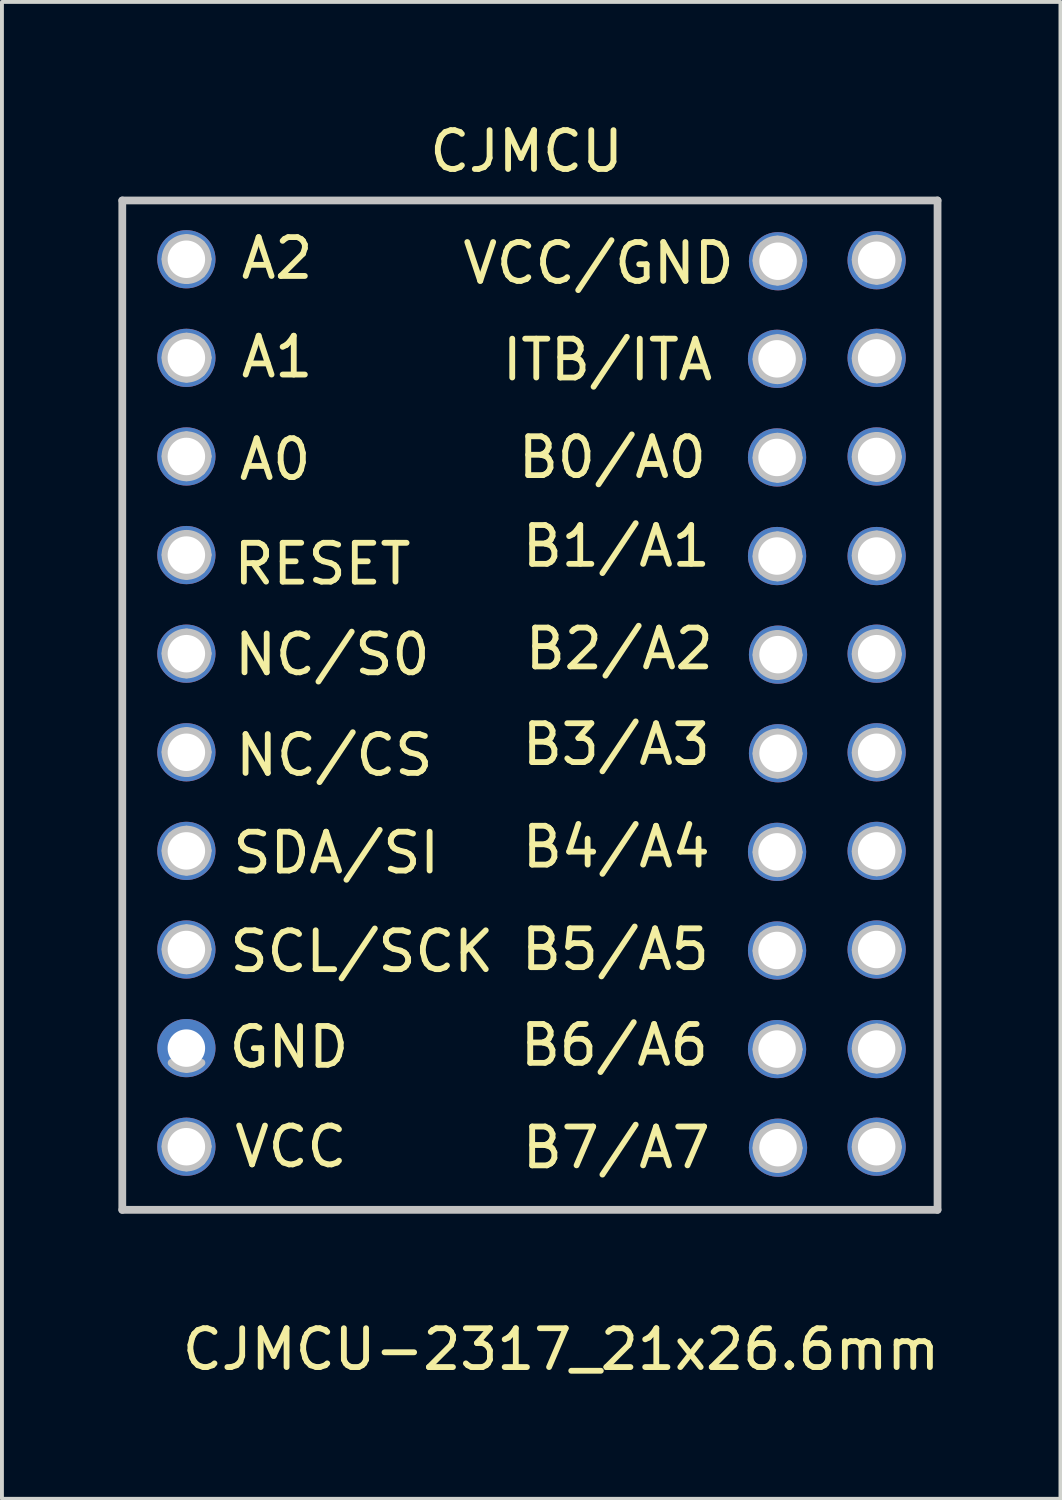
<source format=kicad_pcb>
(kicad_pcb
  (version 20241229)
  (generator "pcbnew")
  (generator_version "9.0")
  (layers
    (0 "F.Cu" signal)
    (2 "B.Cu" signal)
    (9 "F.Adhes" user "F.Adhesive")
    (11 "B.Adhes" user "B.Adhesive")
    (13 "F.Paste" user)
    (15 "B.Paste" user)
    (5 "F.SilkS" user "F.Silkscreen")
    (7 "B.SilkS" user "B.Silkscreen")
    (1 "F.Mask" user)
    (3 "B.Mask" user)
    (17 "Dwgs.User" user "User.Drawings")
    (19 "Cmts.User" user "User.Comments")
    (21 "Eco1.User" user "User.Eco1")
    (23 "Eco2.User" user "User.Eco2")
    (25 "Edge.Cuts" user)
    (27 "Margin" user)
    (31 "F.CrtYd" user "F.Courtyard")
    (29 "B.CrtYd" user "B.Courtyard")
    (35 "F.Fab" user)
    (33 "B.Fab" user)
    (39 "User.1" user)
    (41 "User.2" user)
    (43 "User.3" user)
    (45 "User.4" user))
  (footprint "CJMCU-2317_21x26.6mm"
    (layer "F.Cu")
    (at 10.768 30.693)
    (property "Reference" "CJMCU-2317_21x26.6mm" (at 0.635 1.016 0) (layer "F.SilkS") (effects (font (size 1 1) (thickness 0.15))))
    (attr through_hole)
    (fp_line (start -10.643 -28.564) (end 10.338 -28.564) (stroke (width 0.12) (type solid)) (layer "F.SilkS"))
    (fp_line (start -10.643 -2.605) (end -10.643 -28.564) (stroke (width 0.12) (type solid)) (layer "F.SilkS"))
    (fp_line (start 10.338 -28.564) (end 10.338 -2.579) (stroke (width 0.12) (type solid)) (layer "F.SilkS"))
    (fp_line (start 10.338 -2.579) (end -10.668 -2.579) (stroke (width 0.12) (type solid)) (layer "F.SilkS"))
    (fp_line (start -10.668 -28.579) (end -10.668 -2.579) (stroke (width 0.2) (type solid)) (layer "Dwgs.User"))
    (fp_line (start -10.668 -2.579) (end 10.332 -2.579) (stroke (width 0.2) (type solid)) (layer "Dwgs.User"))
    (fp_line (start -8.471 -27.069) (end -8.471 -27.069) (stroke (width 0.2) (type solid)) (layer "Dwgs.User"))
    (fp_line (start -8.471 -24.529) (end -8.471 -24.529) (stroke (width 0.2) (type solid)) (layer "Dwgs.User"))
    (fp_line (start -8.471 -21.99) (end -8.471 -21.99) (stroke (width 0.2) (type solid)) (layer "Dwgs.User"))
    (fp_line (start -8.471 -19.45) (end -8.471 -19.45) (stroke (width 0.2) (type solid)) (layer "Dwgs.User"))
    (fp_line (start -8.471 -16.91) (end -8.471 -16.91) (stroke (width 0.2) (type solid)) (layer "Dwgs.User"))
    (fp_line (start -8.471 -14.37) (end -8.471 -14.37) (stroke (width 0.2) (type solid)) (layer "Dwgs.User"))
    (fp_line (start -8.471 -11.83) (end -8.471 -11.83) (stroke (width 0.2) (type solid)) (layer "Dwgs.User"))
    (fp_line (start -8.471 -9.291) (end -8.471 -9.291) (stroke (width 0.2) (type solid)) (layer "Dwgs.User"))
    (fp_line (start -8.471 -4.211) (end -8.471 -4.211) (stroke (width 0.2) (type solid)) (layer "Dwgs.User"))
    (fp_line (start 6.752 -27.031) (end 6.752 -27.031) (stroke (width 0.2) (type solid)) (layer "Dwgs.User"))
    (fp_line (start 6.752 -24.491) (end 6.752 -24.491) (stroke (width 0.2) (type solid)) (layer "Dwgs.User"))
    (fp_line (start 6.752 -21.951) (end 6.752 -21.951) (stroke (width 0.2) (type solid)) (layer "Dwgs.User"))
    (fp_line (start 6.752 -19.411) (end 6.752 -19.411) (stroke (width 0.2) (type solid)) (layer "Dwgs.User"))
    (fp_line (start 6.752 -16.872) (end 6.752 -16.872) (stroke (width 0.2) (type solid)) (layer "Dwgs.User"))
    (fp_line (start 6.752 -14.332) (end 6.752 -14.332) (stroke (width 0.2) (type solid)) (layer "Dwgs.User"))
    (fp_line (start 6.752 -11.792) (end 6.752 -11.792) (stroke (width 0.2) (type solid)) (layer "Dwgs.User"))
    (fp_line (start 6.752 -9.252) (end 6.752 -9.252) (stroke (width 0.2) (type solid)) (layer "Dwgs.User"))
    (fp_line (start 6.752 -6.713) (end 6.752 -6.713) (stroke (width 0.2) (type solid)) (layer "Dwgs.User"))
    (fp_line (start 6.752 -4.173) (end 6.752 -4.173) (stroke (width 0.2) (type solid)) (layer "Dwgs.User"))
    (fp_line (start 9.308 -27.053) (end 9.308 -27.053) (stroke (width 0.2) (type solid)) (layer "Dwgs.User"))
    (fp_line (start 9.308 -24.513) (end 9.308 -24.513) (stroke (width 0.2) (type solid)) (layer "Dwgs.User"))
    (fp_line (start 9.308 -21.973) (end 9.308 -21.973) (stroke (width 0.2) (type solid)) (layer "Dwgs.User"))
    (fp_line (start 9.308 -19.433) (end 9.308 -19.433) (stroke (width 0.2) (type solid)) (layer "Dwgs.User"))
    (fp_line (start 9.308 -16.894) (end 9.308 -16.894) (stroke (width 0.2) (type solid)) (layer "Dwgs.User"))
    (fp_line (start 9.308 -14.354) (end 9.308 -14.354) (stroke (width 0.2) (type solid)) (layer "Dwgs.User"))
    (fp_line (start 9.308 -11.814) (end 9.308 -11.814) (stroke (width 0.2) (type solid)) (layer "Dwgs.User"))
    (fp_line (start 9.308 -9.274) (end 9.308 -9.274) (stroke (width 0.2) (type solid)) (layer "Dwgs.User"))
    (fp_line (start 9.308 -6.734) (end 9.308 -6.734) (stroke (width 0.2) (type solid)) (layer "Dwgs.User"))
    (fp_line (start 9.308 -4.195) (end 9.308 -4.195) (stroke (width 0.2) (type solid)) (layer "Dwgs.User"))
    (fp_line (start 10.332 -28.579) (end -10.668 -28.579) (stroke (width 0.2) (type solid)) (layer "Dwgs.User"))
    (fp_line (start 10.332 -2.579) (end 10.332 -28.579) (stroke (width 0.2) (type solid)) (layer "Dwgs.User"))
    (fp_curve (pts (xy -9.555 -27.069) (xy -9.555 -27.213) (xy -9.498 -27.351) (xy -9.397 -27.453)) (stroke (width 0.2) (type solid)) (layer "Dwgs.User"))
    (fp_curve (pts (xy -9.555 -24.529) (xy -9.555 -24.673) (xy -9.498 -24.811) (xy -9.397 -24.913)) (stroke (width 0.2) (type solid)) (layer "Dwgs.User"))
    (fp_curve (pts (xy -9.555 -21.99) (xy -9.555 -22.133) (xy -9.498 -22.271) (xy -9.397 -22.373)) (stroke (width 0.2) (type solid)) (layer "Dwgs.User"))
    (fp_curve (pts (xy -9.555 -19.45) (xy -9.555 -19.594) (xy -9.498 -19.732) (xy -9.397 -19.833)) (stroke (width 0.2) (type solid)) (layer "Dwgs.User"))
    (fp_curve (pts (xy -9.555 -16.91) (xy -9.555 -17.054) (xy -9.498 -17.192) (xy -9.397 -17.294)) (stroke (width 0.2) (type solid)) (layer "Dwgs.User"))
    (fp_curve (pts (xy -9.555 -14.37) (xy -9.555 -14.514) (xy -9.498 -14.652) (xy -9.397 -14.754)) (stroke (width 0.2) (type solid)) (layer "Dwgs.User"))
    (fp_curve (pts (xy -9.555 -11.83) (xy -9.555 -11.974) (xy -9.498 -12.112) (xy -9.397 -12.214)) (stroke (width 0.2) (type solid)) (layer "Dwgs.User"))
    (fp_curve (pts (xy -9.555 -9.291) (xy -9.555 -9.435) (xy -9.498 -9.573) (xy -9.397 -9.674)) (stroke (width 0.2) (type solid)) (layer "Dwgs.User"))
    (fp_curve (pts (xy -9.555 -4.211) (xy -9.555 -4.355) (xy -9.498 -4.493) (xy -9.397 -4.595)) (stroke (width 0.2) (type solid)) (layer "Dwgs.User"))
    (fp_curve (pts (xy -9.397 -27.453) (xy -9.295 -27.554) (xy -9.157 -27.612) (xy -9.013 -27.612)) (stroke (width 0.2) (type solid)) (layer "Dwgs.User"))
    (fp_curve (pts (xy -9.397 -26.686) (xy -9.498 -26.787) (xy -9.555 -26.925) (xy -9.555 -27.069)) (stroke (width 0.2) (type solid)) (layer "Dwgs.User"))
    (fp_curve (pts (xy -9.397 -24.913) (xy -9.295 -25.015) (xy -9.157 -25.072) (xy -9.013 -25.072)) (stroke (width 0.2) (type solid)) (layer "Dwgs.User"))
    (fp_curve (pts (xy -9.397 -24.146) (xy -9.498 -24.248) (xy -9.555 -24.386) (xy -9.555 -24.529)) (stroke (width 0.2) (type solid)) (layer "Dwgs.User"))
    (fp_curve (pts (xy -9.397 -22.373) (xy -9.295 -22.475) (xy -9.157 -22.532) (xy -9.013 -22.532)) (stroke (width 0.2) (type solid)) (layer "Dwgs.User"))
    (fp_curve (pts (xy -9.397 -21.606) (xy -9.498 -21.708) (xy -9.555 -21.846) (xy -9.555 -21.99)) (stroke (width 0.2) (type solid)) (layer "Dwgs.User"))
    (fp_curve (pts (xy -9.397 -19.833) (xy -9.295 -19.935) (xy -9.157 -19.992) (xy -9.013 -19.992)) (stroke (width 0.2) (type solid)) (layer "Dwgs.User"))
    (fp_curve (pts (xy -9.397 -19.066) (xy -9.498 -19.168) (xy -9.555 -19.306) (xy -9.555 -19.45)) (stroke (width 0.2) (type solid)) (layer "Dwgs.User"))
    (fp_curve (pts (xy -9.397 -17.294) (xy -9.295 -17.395) (xy -9.157 -17.452) (xy -9.013 -17.452)) (stroke (width 0.2) (type solid)) (layer "Dwgs.User"))
    (fp_curve (pts (xy -9.397 -16.527) (xy -9.498 -16.628) (xy -9.555 -16.766) (xy -9.555 -16.91)) (stroke (width 0.2) (type solid)) (layer "Dwgs.User"))
    (fp_curve (pts (xy -9.397 -14.754) (xy -9.295 -14.856) (xy -9.157 -14.913) (xy -9.013 -14.913)) (stroke (width 0.2) (type solid)) (layer "Dwgs.User"))
    (fp_curve (pts (xy -9.397 -13.987) (xy -9.498 -14.088) (xy -9.555 -14.226) (xy -9.555 -14.37)) (stroke (width 0.2) (type solid)) (layer "Dwgs.User"))
    (fp_curve (pts (xy -9.397 -12.214) (xy -9.295 -12.316) (xy -9.157 -12.373) (xy -9.013 -12.373)) (stroke (width 0.2) (type solid)) (layer "Dwgs.User"))
    (fp_curve (pts (xy -9.397 -11.447) (xy -9.498 -11.549) (xy -9.555 -11.687) (xy -9.555 -11.83)) (stroke (width 0.2) (type solid)) (layer "Dwgs.User"))
    (fp_curve (pts (xy -9.397 -9.674) (xy -9.295 -9.776) (xy -9.157 -9.833) (xy -9.013 -9.833)) (stroke (width 0.2) (type solid)) (layer "Dwgs.User"))
    (fp_curve (pts (xy -9.397 -8.907) (xy -9.498 -9.009) (xy -9.555 -9.147) (xy -9.555 -9.291)) (stroke (width 0.2) (type solid)) (layer "Dwgs.User"))
    (fp_curve (pts (xy -9.397 -4.595) (xy -9.295 -4.696) (xy -9.157 -4.754) (xy -9.013 -4.754)) (stroke (width 0.2) (type solid)) (layer "Dwgs.User"))
    (fp_curve (pts (xy -9.397 -3.828) (xy -9.498 -3.929) (xy -9.555 -4.067) (xy -9.555 -4.211)) (stroke (width 0.2) (type solid)) (layer "Dwgs.User"))
    (fp_curve (pts (xy -9.013 -27.612) (xy -8.869 -27.612) (xy -8.731 -27.554) (xy -8.629 -27.453)) (stroke (width 0.2) (type solid)) (layer "Dwgs.User"))
    (fp_curve (pts (xy -9.013 -26.527) (xy -9.157 -26.527) (xy -9.295 -26.584) (xy -9.397 -26.686)) (stroke (width 0.2) (type solid)) (layer "Dwgs.User"))
    (fp_curve (pts (xy -9.013 -25.072) (xy -8.869 -25.072) (xy -8.731 -25.015) (xy -8.629 -24.913)) (stroke (width 0.2) (type solid)) (layer "Dwgs.User"))
    (fp_curve (pts (xy -9.013 -23.987) (xy -9.157 -23.987) (xy -9.295 -24.044) (xy -9.397 -24.146)) (stroke (width 0.2) (type solid)) (layer "Dwgs.User"))
    (fp_curve (pts (xy -9.013 -22.532) (xy -8.869 -22.532) (xy -8.731 -22.475) (xy -8.629 -22.373)) (stroke (width 0.2) (type solid)) (layer "Dwgs.User"))
    (fp_curve (pts (xy -9.013 -21.447) (xy -9.157 -21.447) (xy -9.295 -21.504) (xy -9.397 -21.606)) (stroke (width 0.2) (type solid)) (layer "Dwgs.User"))
    (fp_curve (pts (xy -9.013 -19.992) (xy -8.869 -19.992) (xy -8.731 -19.935) (xy -8.629 -19.833)) (stroke (width 0.2) (type solid)) (layer "Dwgs.User"))
    (fp_curve (pts (xy -9.013 -18.907) (xy -9.157 -18.907) (xy -9.295 -18.965) (xy -9.397 -19.066)) (stroke (width 0.2) (type solid)) (layer "Dwgs.User"))
    (fp_curve (pts (xy -9.013 -17.452) (xy -8.869 -17.452) (xy -8.731 -17.395) (xy -8.629 -17.294)) (stroke (width 0.2) (type solid)) (layer "Dwgs.User"))
    (fp_curve (pts (xy -9.013 -16.368) (xy -9.157 -16.368) (xy -9.295 -16.425) (xy -9.397 -16.527)) (stroke (width 0.2) (type solid)) (layer "Dwgs.User"))
    (fp_curve (pts (xy -9.013 -14.913) (xy -8.869 -14.913) (xy -8.731 -14.856) (xy -8.629 -14.754)) (stroke (width 0.2) (type solid)) (layer "Dwgs.User"))
    (fp_curve (pts (xy -9.013 -13.828) (xy -9.157 -13.828) (xy -9.295 -13.885) (xy -9.397 -13.987)) (stroke (width 0.2) (type solid)) (layer "Dwgs.User"))
    (fp_curve (pts (xy -9.013 -12.373) (xy -8.869 -12.373) (xy -8.731 -12.316) (xy -8.629 -12.214)) (stroke (width 0.2) (type solid)) (layer "Dwgs.User"))
    (fp_curve (pts (xy -9.013 -11.288) (xy -9.157 -11.288) (xy -9.295 -11.345) (xy -9.397 -11.447)) (stroke (width 0.2) (type solid)) (layer "Dwgs.User"))
    (fp_curve (pts (xy -9.013 -9.833) (xy -8.869 -9.833) (xy -8.731 -9.776) (xy -8.629 -9.674)) (stroke (width 0.2) (type solid)) (layer "Dwgs.User"))
    (fp_curve (pts (xy -9.013 -8.748) (xy -9.157 -8.748) (xy -9.295 -8.805) (xy -9.397 -8.907)) (stroke (width 0.2) (type solid)) (layer "Dwgs.User"))
    (fp_curve (pts (xy -9.013 -6.209) (xy -9.157 -6.209) (xy -9.295 -6.266) (xy -9.397 -6.367)) (stroke (width 0.2) (type solid)) (layer "Dwgs.User"))
    (fp_curve (pts (xy -9.013 -4.754) (xy -8.869 -4.754) (xy -8.731 -4.696) (xy -8.629 -4.595)) (stroke (width 0.2) (type solid)) (layer "Dwgs.User"))
    (fp_curve (pts (xy -9.013 -3.669) (xy -9.157 -3.669) (xy -9.295 -3.726) (xy -9.397 -3.828)) (stroke (width 0.2) (type solid)) (layer "Dwgs.User"))
    (fp_curve (pts (xy -8.629 -27.453) (xy -8.528 -27.351) (xy -8.471 -27.213) (xy -8.471 -27.069)) (stroke (width 0.2) (type solid)) (layer "Dwgs.User"))
    (fp_curve (pts (xy -8.629 -26.686) (xy -8.731 -26.584) (xy -8.869 -26.527) (xy -9.013 -26.527)) (stroke (width 0.2) (type solid)) (layer "Dwgs.User"))
    (fp_curve (pts (xy -8.629 -24.913) (xy -8.528 -24.811) (xy -8.471 -24.673) (xy -8.471 -24.529)) (stroke (width 0.2) (type solid)) (layer "Dwgs.User"))
    (fp_curve (pts (xy -8.629 -24.146) (xy -8.731 -24.044) (xy -8.869 -23.987) (xy -9.013 -23.987)) (stroke (width 0.2) (type solid)) (layer "Dwgs.User"))
    (fp_curve (pts (xy -8.629 -22.373) (xy -8.528 -22.271) (xy -8.471 -22.133) (xy -8.471 -21.99)) (stroke (width 0.2) (type solid)) (layer "Dwgs.User"))
    (fp_curve (pts (xy -8.629 -21.606) (xy -8.731 -21.504) (xy -8.869 -21.447) (xy -9.013 -21.447)) (stroke (width 0.2) (type solid)) (layer "Dwgs.User"))
    (fp_curve (pts (xy -8.629 -19.833) (xy -8.528 -19.732) (xy -8.471 -19.594) (xy -8.471 -19.45)) (stroke (width 0.2) (type solid)) (layer "Dwgs.User"))
    (fp_curve (pts (xy -8.629 -19.066) (xy -8.731 -18.965) (xy -8.869 -18.907) (xy -9.013 -18.907)) (stroke (width 0.2) (type solid)) (layer "Dwgs.User"))
    (fp_curve (pts (xy -8.629 -17.294) (xy -8.528 -17.192) (xy -8.471 -17.054) (xy -8.471 -16.91)) (stroke (width 0.2) (type solid)) (layer "Dwgs.User"))
    (fp_curve (pts (xy -8.629 -16.527) (xy -8.731 -16.425) (xy -8.869 -16.368) (xy -9.013 -16.368)) (stroke (width 0.2) (type solid)) (layer "Dwgs.User"))
    (fp_curve (pts (xy -8.629 -14.754) (xy -8.528 -14.652) (xy -8.471 -14.514) (xy -8.471 -14.37)) (stroke (width 0.2) (type solid)) (layer "Dwgs.User"))
    (fp_curve (pts (xy -8.629 -13.987) (xy -8.731 -13.885) (xy -8.869 -13.828) (xy -9.013 -13.828)) (stroke (width 0.2) (type solid)) (layer "Dwgs.User"))
    (fp_curve (pts (xy -8.629 -12.214) (xy -8.528 -12.112) (xy -8.471 -11.974) (xy -8.471 -11.83)) (stroke (width 0.2) (type solid)) (layer "Dwgs.User"))
    (fp_curve (pts (xy -8.629 -11.447) (xy -8.731 -11.345) (xy -8.869 -11.288) (xy -9.013 -11.288)) (stroke (width 0.2) (type solid)) (layer "Dwgs.User"))
    (fp_curve (pts (xy -8.629 -9.674) (xy -8.528 -9.573) (xy -8.471 -9.435) (xy -8.471 -9.291)) (stroke (width 0.2) (type solid)) (layer "Dwgs.User"))
    (fp_curve (pts (xy -8.629 -8.907) (xy -8.731 -8.805) (xy -8.869 -8.748) (xy -9.013 -8.748)) (stroke (width 0.2) (type solid)) (layer "Dwgs.User"))
    (fp_curve (pts (xy -8.629 -6.367) (xy -8.731 -6.266) (xy -8.869 -6.209) (xy -9.013 -6.209)) (stroke (width 0.2) (type solid)) (layer "Dwgs.User"))
    (fp_curve (pts (xy -8.629 -4.595) (xy -8.528 -4.493) (xy -8.471 -4.355) (xy -8.471 -4.211)) (stroke (width 0.2) (type solid)) (layer "Dwgs.User"))
    (fp_curve (pts (xy -8.629 -3.828) (xy -8.731 -3.726) (xy -8.869 -3.669) (xy -9.013 -3.669)) (stroke (width 0.2) (type solid)) (layer "Dwgs.User"))
    (fp_curve (pts (xy -8.471 -27.069) (xy -8.471 -26.925) (xy -8.528 -26.787) (xy -8.629 -26.686)) (stroke (width 0.2) (type solid)) (layer "Dwgs.User"))
    (fp_curve (pts (xy -8.471 -24.529) (xy -8.471 -24.386) (xy -8.528 -24.248) (xy -8.629 -24.146)) (stroke (width 0.2) (type solid)) (layer "Dwgs.User"))
    (fp_curve (pts (xy -8.471 -21.99) (xy -8.471 -21.846) (xy -8.528 -21.708) (xy -8.629 -21.606)) (stroke (width 0.2) (type solid)) (layer "Dwgs.User"))
    (fp_curve (pts (xy -8.471 -19.45) (xy -8.471 -19.306) (xy -8.528 -19.168) (xy -8.629 -19.066)) (stroke (width 0.2) (type solid)) (layer "Dwgs.User"))
    (fp_curve (pts (xy -8.471 -16.91) (xy -8.471 -16.766) (xy -8.528 -16.628) (xy -8.629 -16.527)) (stroke (width 0.2) (type solid)) (layer "Dwgs.User"))
    (fp_curve (pts (xy -8.471 -14.37) (xy -8.471 -14.226) (xy -8.528 -14.088) (xy -8.629 -13.987)) (stroke (width 0.2) (type solid)) (layer "Dwgs.User"))
    (fp_curve (pts (xy -8.471 -11.83) (xy -8.471 -11.687) (xy -8.528 -11.549) (xy -8.629 -11.447)) (stroke (width 0.2) (type solid)) (layer "Dwgs.User"))
    (fp_curve (pts (xy -8.471 -9.291) (xy -8.471 -9.147) (xy -8.528 -9.009) (xy -8.629 -8.907)) (stroke (width 0.2) (type solid)) (layer "Dwgs.User"))
    (fp_curve (pts (xy -8.471 -4.211) (xy -8.471 -4.067) (xy -8.528 -3.929) (xy -8.629 -3.828)) (stroke (width 0.2) (type solid)) (layer "Dwgs.User"))
    (fp_curve (pts (xy 5.668 -27.031) (xy 5.668 -27.175) (xy 5.725 -27.313) (xy 5.826 -27.414)) (stroke (width 0.2) (type solid)) (layer "Dwgs.User"))
    (fp_curve (pts (xy 5.668 -24.491) (xy 5.668 -24.635) (xy 5.725 -24.773) (xy 5.826 -24.875)) (stroke (width 0.2) (type solid)) (layer "Dwgs.User"))
    (fp_curve (pts (xy 5.668 -21.951) (xy 5.668 -22.095) (xy 5.725 -22.233) (xy 5.826 -22.335)) (stroke (width 0.2) (type solid)) (layer "Dwgs.User"))
    (fp_curve (pts (xy 5.668 -19.411) (xy 5.668 -19.555) (xy 5.725 -19.693) (xy 5.826 -19.795)) (stroke (width 0.2) (type solid)) (layer "Dwgs.User"))
    (fp_curve (pts (xy 5.668 -16.872) (xy 5.668 -17.015) (xy 5.725 -17.153) (xy 5.826 -17.255)) (stroke (width 0.2) (type solid)) (layer "Dwgs.User"))
    (fp_curve (pts (xy 5.668 -14.332) (xy 5.668 -14.476) (xy 5.725 -14.614) (xy 5.826 -14.715)) (stroke (width 0.2) (type solid)) (layer "Dwgs.User"))
    (fp_curve (pts (xy 5.668 -11.792) (xy 5.668 -11.936) (xy 5.725 -12.074) (xy 5.826 -12.176)) (stroke (width 0.2) (type solid)) (layer "Dwgs.User"))
    (fp_curve (pts (xy 5.668 -9.252) (xy 5.668 -9.396) (xy 5.725 -9.534) (xy 5.826 -9.636)) (stroke (width 0.2) (type solid)) (layer "Dwgs.User"))
    (fp_curve (pts (xy 5.668 -6.713) (xy 5.668 -6.856) (xy 5.725 -6.994) (xy 5.826 -7.096)) (stroke (width 0.2) (type solid)) (layer "Dwgs.User"))
    (fp_curve (pts (xy 5.668 -4.173) (xy 5.668 -4.317) (xy 5.725 -4.455) (xy 5.826 -4.556)) (stroke (width 0.2) (type solid)) (layer "Dwgs.User"))
    (fp_curve (pts (xy 5.826 -27.414) (xy 5.928 -27.516) (xy 6.066 -27.573) (xy 6.21 -27.573)) (stroke (width 0.2) (type solid)) (layer "Dwgs.User"))
    (fp_curve (pts (xy 5.826 -26.647) (xy 5.725 -26.749) (xy 5.668 -26.887) (xy 5.668 -27.031)) (stroke (width 0.2) (type solid)) (layer "Dwgs.User"))
    (fp_curve (pts (xy 5.826 -24.875) (xy 5.928 -24.976) (xy 6.066 -25.033) (xy 6.21 -25.033)) (stroke (width 0.2) (type solid)) (layer "Dwgs.User"))
    (fp_curve (pts (xy 5.826 -24.107) (xy 5.725 -24.209) (xy 5.668 -24.347) (xy 5.668 -24.491)) (stroke (width 0.2) (type solid)) (layer "Dwgs.User"))
    (fp_curve (pts (xy 5.826 -22.335) (xy 5.928 -22.436) (xy 6.066 -22.494) (xy 6.21 -22.494)) (stroke (width 0.2) (type solid)) (layer "Dwgs.User"))
    (fp_curve (pts (xy 5.826 -21.568) (xy 5.725 -21.669) (xy 5.668 -21.807) (xy 5.668 -21.951)) (stroke (width 0.2) (type solid)) (layer "Dwgs.User"))
    (fp_curve (pts (xy 5.826 -19.795) (xy 5.928 -19.897) (xy 6.066 -19.954) (xy 6.21 -19.954)) (stroke (width 0.2) (type solid)) (layer "Dwgs.User"))
    (fp_curve (pts (xy 5.826 -19.028) (xy 5.725 -19.13) (xy 5.668 -19.268) (xy 5.668 -19.411)) (stroke (width 0.2) (type solid)) (layer "Dwgs.User"))
    (fp_curve (pts (xy 5.826 -17.255) (xy 5.928 -17.357) (xy 6.066 -17.414) (xy 6.21 -17.414)) (stroke (width 0.2) (type solid)) (layer "Dwgs.User"))
    (fp_curve (pts (xy 5.826 -16.488) (xy 5.725 -16.59) (xy 5.668 -16.728) (xy 5.668 -16.872)) (stroke (width 0.2) (type solid)) (layer "Dwgs.User"))
    (fp_curve (pts (xy 5.826 -14.715) (xy 5.928 -14.817) (xy 6.066 -14.874) (xy 6.21 -14.874)) (stroke (width 0.2) (type solid)) (layer "Dwgs.User"))
    (fp_curve (pts (xy 5.826 -13.948) (xy 5.725 -14.05) (xy 5.668 -14.188) (xy 5.668 -14.332)) (stroke (width 0.2) (type solid)) (layer "Dwgs.User"))
    (fp_curve (pts (xy 5.826 -12.176) (xy 5.928 -12.277) (xy 6.066 -12.334) (xy 6.21 -12.334)) (stroke (width 0.2) (type solid)) (layer "Dwgs.User"))
    (fp_curve (pts (xy 5.826 -11.409) (xy 5.725 -11.51) (xy 5.668 -11.648) (xy 5.668 -11.792)) (stroke (width 0.2) (type solid)) (layer "Dwgs.User"))
    (fp_curve (pts (xy 5.826 -9.636) (xy 5.928 -9.738) (xy 6.066 -9.795) (xy 6.21 -9.795)) (stroke (width 0.2) (type solid)) (layer "Dwgs.User"))
    (fp_curve (pts (xy 5.826 -8.869) (xy 5.725 -8.97) (xy 5.668 -9.108) (xy 5.668 -9.252)) (stroke (width 0.2) (type solid)) (layer "Dwgs.User"))
    (fp_curve (pts (xy 5.826 -7.096) (xy 5.928 -7.198) (xy 6.066 -7.255) (xy 6.21 -7.255)) (stroke (width 0.2) (type solid)) (layer "Dwgs.User"))
    (fp_curve (pts (xy 5.826 -6.329) (xy 5.725 -6.431) (xy 5.668 -6.569) (xy 5.668 -6.713)) (stroke (width 0.2) (type solid)) (layer "Dwgs.User"))
    (fp_curve (pts (xy 5.826 -4.556) (xy 5.928 -4.658) (xy 6.066 -4.715) (xy 6.21 -4.715)) (stroke (width 0.2) (type solid)) (layer "Dwgs.User"))
    (fp_curve (pts (xy 5.826 -3.789) (xy 5.725 -3.891) (xy 5.668 -4.029) (xy 5.668 -4.173)) (stroke (width 0.2) (type solid)) (layer "Dwgs.User"))
    (fp_curve (pts (xy 6.21 -27.573) (xy 6.354 -27.573) (xy 6.492 -27.516) (xy 6.593 -27.414)) (stroke (width 0.2) (type solid)) (layer "Dwgs.User"))
    (fp_curve (pts (xy 6.21 -26.488) (xy 6.066 -26.488) (xy 5.928 -26.546) (xy 5.826 -26.647)) (stroke (width 0.2) (type solid)) (layer "Dwgs.User"))
    (fp_curve (pts (xy 6.21 -25.033) (xy 6.354 -25.033) (xy 6.492 -24.976) (xy 6.593 -24.875)) (stroke (width 0.2) (type solid)) (layer "Dwgs.User"))
    (fp_curve (pts (xy 6.21 -23.949) (xy 6.066 -23.949) (xy 5.928 -24.006) (xy 5.826 -24.107)) (stroke (width 0.2) (type solid)) (layer "Dwgs.User"))
    (fp_curve (pts (xy 6.21 -22.494) (xy 6.354 -22.494) (xy 6.492 -22.436) (xy 6.593 -22.335)) (stroke (width 0.2) (type solid)) (layer "Dwgs.User"))
    (fp_curve (pts (xy 6.21 -21.409) (xy 6.066 -21.409) (xy 5.928 -21.466) (xy 5.826 -21.568)) (stroke (width 0.2) (type solid)) (layer "Dwgs.User"))
    (fp_curve (pts (xy 6.21 -19.954) (xy 6.354 -19.954) (xy 6.492 -19.897) (xy 6.593 -19.795)) (stroke (width 0.2) (type solid)) (layer "Dwgs.User"))
    (fp_curve (pts (xy 6.21 -18.869) (xy 6.066 -18.869) (xy 5.928 -18.926) (xy 5.826 -19.028)) (stroke (width 0.2) (type solid)) (layer "Dwgs.User"))
    (fp_curve (pts (xy 6.21 -17.414) (xy 6.354 -17.414) (xy 6.492 -17.357) (xy 6.593 -17.255)) (stroke (width 0.2) (type solid)) (layer "Dwgs.User"))
    (fp_curve (pts (xy 6.21 -16.329) (xy 6.066 -16.329) (xy 5.928 -16.386) (xy 5.826 -16.488)) (stroke (width 0.2) (type solid)) (layer "Dwgs.User"))
    (fp_curve (pts (xy 6.21 -14.874) (xy 6.354 -14.874) (xy 6.492 -14.817) (xy 6.593 -14.715)) (stroke (width 0.2) (type solid)) (layer "Dwgs.User"))
    (fp_curve (pts (xy 6.21 -13.789) (xy 6.066 -13.789) (xy 5.928 -13.847) (xy 5.826 -13.948)) (stroke (width 0.2) (type solid)) (layer "Dwgs.User"))
    (fp_curve (pts (xy 6.21 -12.334) (xy 6.354 -12.334) (xy 6.492 -12.277) (xy 6.593 -12.176)) (stroke (width 0.2) (type solid)) (layer "Dwgs.User"))
    (fp_curve (pts (xy 6.21 -11.25) (xy 6.066 -11.25) (xy 5.928 -11.307) (xy 5.826 -11.409)) (stroke (width 0.2) (type solid)) (layer "Dwgs.User"))
    (fp_curve (pts (xy 6.21 -9.795) (xy 6.354 -9.795) (xy 6.492 -9.738) (xy 6.593 -9.636)) (stroke (width 0.2) (type solid)) (layer "Dwgs.User"))
    (fp_curve (pts (xy 6.21 -8.71) (xy 6.066 -8.71) (xy 5.928 -8.767) (xy 5.826 -8.869)) (stroke (width 0.2) (type solid)) (layer "Dwgs.User"))
    (fp_curve (pts (xy 6.21 -7.255) (xy 6.354 -7.255) (xy 6.492 -7.198) (xy 6.593 -7.096)) (stroke (width 0.2) (type solid)) (layer "Dwgs.User"))
    (fp_curve (pts (xy 6.21 -6.17) (xy 6.066 -6.17) (xy 5.928 -6.227) (xy 5.826 -6.329)) (stroke (width 0.2) (type solid)) (layer "Dwgs.User"))
    (fp_curve (pts (xy 6.21 -4.715) (xy 6.354 -4.715) (xy 6.492 -4.658) (xy 6.593 -4.556)) (stroke (width 0.2) (type solid)) (layer "Dwgs.User"))
    (fp_curve (pts (xy 6.21 -3.63) (xy 6.066 -3.63) (xy 5.928 -3.688) (xy 5.826 -3.789)) (stroke (width 0.2) (type solid)) (layer "Dwgs.User"))
    (fp_curve (pts (xy 6.593 -27.414) (xy 6.695 -27.313) (xy 6.752 -27.175) (xy 6.752 -27.031)) (stroke (width 0.2) (type solid)) (layer "Dwgs.User"))
    (fp_curve (pts (xy 6.593 -26.647) (xy 6.492 -26.546) (xy 6.354 -26.488) (xy 6.21 -26.488)) (stroke (width 0.2) (type solid)) (layer "Dwgs.User"))
    (fp_curve (pts (xy 6.593 -24.875) (xy 6.695 -24.773) (xy 6.752 -24.635) (xy 6.752 -24.491)) (stroke (width 0.2) (type solid)) (layer "Dwgs.User"))
    (fp_curve (pts (xy 6.593 -24.107) (xy 6.492 -24.006) (xy 6.354 -23.949) (xy 6.21 -23.949)) (stroke (width 0.2) (type solid)) (layer "Dwgs.User"))
    (fp_curve (pts (xy 6.593 -22.335) (xy 6.695 -22.233) (xy 6.752 -22.095) (xy 6.752 -21.951)) (stroke (width 0.2) (type solid)) (layer "Dwgs.User"))
    (fp_curve (pts (xy 6.593 -21.568) (xy 6.492 -21.466) (xy 6.354 -21.409) (xy 6.21 -21.409)) (stroke (width 0.2) (type solid)) (layer "Dwgs.User"))
    (fp_curve (pts (xy 6.593 -19.795) (xy 6.695 -19.693) (xy 6.752 -19.555) (xy 6.752 -19.411)) (stroke (width 0.2) (type solid)) (layer "Dwgs.User"))
    (fp_curve (pts (xy 6.593 -19.028) (xy 6.492 -18.926) (xy 6.354 -18.869) (xy 6.21 -18.869)) (stroke (width 0.2) (type solid)) (layer "Dwgs.User"))
    (fp_curve (pts (xy 6.593 -17.255) (xy 6.695 -17.153) (xy 6.752 -17.015) (xy 6.752 -16.872)) (stroke (width 0.2) (type solid)) (layer "Dwgs.User"))
    (fp_curve (pts (xy 6.593 -16.488) (xy 6.492 -16.386) (xy 6.354 -16.329) (xy 6.21 -16.329)) (stroke (width 0.2) (type solid)) (layer "Dwgs.User"))
    (fp_curve (pts (xy 6.593 -14.715) (xy 6.695 -14.614) (xy 6.752 -14.476) (xy 6.752 -14.332)) (stroke (width 0.2) (type solid)) (layer "Dwgs.User"))
    (fp_curve (pts (xy 6.593 -13.948) (xy 6.492 -13.847) (xy 6.354 -13.789) (xy 6.21 -13.789)) (stroke (width 0.2) (type solid)) (layer "Dwgs.User"))
    (fp_curve (pts (xy 6.593 -12.176) (xy 6.695 -12.074) (xy 6.752 -11.936) (xy 6.752 -11.792)) (stroke (width 0.2) (type solid)) (layer "Dwgs.User"))
    (fp_curve (pts (xy 6.593 -11.409) (xy 6.492 -11.307) (xy 6.354 -11.25) (xy 6.21 -11.25)) (stroke (width 0.2) (type solid)) (layer "Dwgs.User"))
    (fp_curve (pts (xy 6.593 -9.636) (xy 6.695 -9.534) (xy 6.752 -9.396) (xy 6.752 -9.252)) (stroke (width 0.2) (type solid)) (layer "Dwgs.User"))
    (fp_curve (pts (xy 6.593 -8.869) (xy 6.492 -8.767) (xy 6.354 -8.71) (xy 6.21 -8.71)) (stroke (width 0.2) (type solid)) (layer "Dwgs.User"))
    (fp_curve (pts (xy 6.593 -7.096) (xy 6.695 -6.994) (xy 6.752 -6.856) (xy 6.752 -6.713)) (stroke (width 0.2) (type solid)) (layer "Dwgs.User"))
    (fp_curve (pts (xy 6.593 -6.329) (xy 6.492 -6.227) (xy 6.354 -6.17) (xy 6.21 -6.17)) (stroke (width 0.2) (type solid)) (layer "Dwgs.User"))
    (fp_curve (pts (xy 6.593 -4.556) (xy 6.695 -4.455) (xy 6.752 -4.317) (xy 6.752 -4.173)) (stroke (width 0.2) (type solid)) (layer "Dwgs.User"))
    (fp_curve (pts (xy 6.593 -3.789) (xy 6.492 -3.688) (xy 6.354 -3.63) (xy 6.21 -3.63)) (stroke (width 0.2) (type solid)) (layer "Dwgs.User"))
    (fp_curve (pts (xy 6.752 -27.031) (xy 6.752 -26.887) (xy 6.695 -26.749) (xy 6.593 -26.647)) (stroke (width 0.2) (type solid)) (layer "Dwgs.User"))
    (fp_curve (pts (xy 6.752 -24.491) (xy 6.752 -24.347) (xy 6.695 -24.209) (xy 6.593 -24.107)) (stroke (width 0.2) (type solid)) (layer "Dwgs.User"))
    (fp_curve (pts (xy 6.752 -21.951) (xy 6.752 -21.807) (xy 6.695 -21.669) (xy 6.593 -21.568)) (stroke (width 0.2) (type solid)) (layer "Dwgs.User"))
    (fp_curve (pts (xy 6.752 -19.411) (xy 6.752 -19.268) (xy 6.695 -19.13) (xy 6.593 -19.028)) (stroke (width 0.2) (type solid)) (layer "Dwgs.User"))
    (fp_curve (pts (xy 6.752 -16.872) (xy 6.752 -16.728) (xy 6.695 -16.59) (xy 6.593 -16.488)) (stroke (width 0.2) (type solid)) (layer "Dwgs.User"))
    (fp_curve (pts (xy 6.752 -14.332) (xy 6.752 -14.188) (xy 6.695 -14.05) (xy 6.593 -13.948)) (stroke (width 0.2) (type solid)) (layer "Dwgs.User"))
    (fp_curve (pts (xy 6.752 -11.792) (xy 6.752 -11.648) (xy 6.695 -11.51) (xy 6.593 -11.409)) (stroke (width 0.2) (type solid)) (layer "Dwgs.User"))
    (fp_curve (pts (xy 6.752 -9.252) (xy 6.752 -9.108) (xy 6.695 -8.97) (xy 6.593 -8.869)) (stroke (width 0.2) (type solid)) (layer "Dwgs.User"))
    (fp_curve (pts (xy 6.752 -6.713) (xy 6.752 -6.569) (xy 6.695 -6.431) (xy 6.593 -6.329)) (stroke (width 0.2) (type solid)) (layer "Dwgs.User"))
    (fp_curve (pts (xy 6.752 -4.173) (xy 6.752 -4.029) (xy 6.695 -3.891) (xy 6.593 -3.789)) (stroke (width 0.2) (type solid)) (layer "Dwgs.User"))
    (fp_curve (pts (xy 8.223 -27.053) (xy 8.223 -27.197) (xy 8.28 -27.334) (xy 8.382 -27.436)) (stroke (width 0.2) (type solid)) (layer "Dwgs.User"))
    (fp_curve (pts (xy 8.223 -24.513) (xy 8.223 -24.657) (xy 8.28 -24.795) (xy 8.382 -24.896)) (stroke (width 0.2) (type solid)) (layer "Dwgs.User"))
    (fp_curve (pts (xy 8.223 -21.973) (xy 8.223 -22.117) (xy 8.28 -22.255) (xy 8.382 -22.357)) (stroke (width 0.2) (type solid)) (layer "Dwgs.User"))
    (fp_curve (pts (xy 8.223 -19.433) (xy 8.223 -19.577) (xy 8.28 -19.715) (xy 8.382 -19.817)) (stroke (width 0.2) (type solid)) (layer "Dwgs.User"))
    (fp_curve (pts (xy 8.223 -16.894) (xy 8.223 -17.037) (xy 8.28 -17.175) (xy 8.382 -17.277)) (stroke (width 0.2) (type solid)) (layer "Dwgs.User"))
    (fp_curve (pts (xy 8.223 -14.354) (xy 8.223 -14.498) (xy 8.28 -14.636) (xy 8.382 -14.737)) (stroke (width 0.2) (type solid)) (layer "Dwgs.User"))
    (fp_curve (pts (xy 8.223 -11.814) (xy 8.223 -11.958) (xy 8.28 -12.096) (xy 8.382 -12.197)) (stroke (width 0.2) (type solid)) (layer "Dwgs.User"))
    (fp_curve (pts (xy 8.223 -9.274) (xy 8.223 -9.418) (xy 8.28 -9.556) (xy 8.382 -9.658)) (stroke (width 0.2) (type solid)) (layer "Dwgs.User"))
    (fp_curve (pts (xy 8.223 -6.734) (xy 8.223 -6.878) (xy 8.28 -7.016) (xy 8.382 -7.118)) (stroke (width 0.2) (type solid)) (layer "Dwgs.User"))
    (fp_curve (pts (xy 8.223 -4.195) (xy 8.223 -4.338) (xy 8.28 -4.476) (xy 8.382 -4.578)) (stroke (width 0.2) (type solid)) (layer "Dwgs.User"))
    (fp_curve (pts (xy 8.382 -27.436) (xy 8.484 -27.538) (xy 8.622 -27.595) (xy 8.766 -27.595)) (stroke (width 0.2) (type solid)) (layer "Dwgs.User"))
    (fp_curve (pts (xy 8.382 -26.669) (xy 8.28 -26.771) (xy 8.223 -26.909) (xy 8.223 -27.053)) (stroke (width 0.2) (type solid)) (layer "Dwgs.User"))
    (fp_curve (pts (xy 8.382 -24.896) (xy 8.484 -24.998) (xy 8.622 -25.055) (xy 8.766 -25.055)) (stroke (width 0.2) (type solid)) (layer "Dwgs.User"))
    (fp_curve (pts (xy 8.382 -24.129) (xy 8.28 -24.231) (xy 8.223 -24.369) (xy 8.223 -24.513)) (stroke (width 0.2) (type solid)) (layer "Dwgs.User"))
    (fp_curve (pts (xy 8.382 -22.357) (xy 8.484 -22.458) (xy 8.622 -22.515) (xy 8.766 -22.515)) (stroke (width 0.2) (type solid)) (layer "Dwgs.User"))
    (fp_curve (pts (xy 8.382 -21.59) (xy 8.28 -21.691) (xy 8.223 -21.829) (xy 8.223 -21.973)) (stroke (width 0.2) (type solid)) (layer "Dwgs.User"))
    (fp_curve (pts (xy 8.382 -19.817) (xy 8.484 -19.919) (xy 8.622 -19.976) (xy 8.766 -19.976)) (stroke (width 0.2) (type solid)) (layer "Dwgs.User"))
    (fp_curve (pts (xy 8.382 -19.05) (xy 8.28 -19.152) (xy 8.223 -19.289) (xy 8.223 -19.433)) (stroke (width 0.2) (type solid)) (layer "Dwgs.User"))
    (fp_curve (pts (xy 8.382 -17.277) (xy 8.484 -17.379) (xy 8.622 -17.436) (xy 8.766 -17.436)) (stroke (width 0.2) (type solid)) (layer "Dwgs.User"))
    (fp_curve (pts (xy 8.382 -16.51) (xy 8.28 -16.612) (xy 8.223 -16.75) (xy 8.223 -16.894)) (stroke (width 0.2) (type solid)) (layer "Dwgs.User"))
    (fp_curve (pts (xy 8.382 -14.737) (xy 8.484 -14.839) (xy 8.622 -14.896) (xy 8.766 -14.896)) (stroke (width 0.2) (type solid)) (layer "Dwgs.User"))
    (fp_curve (pts (xy 8.382 -13.97) (xy 8.28 -14.072) (xy 8.223 -14.21) (xy 8.223 -14.354)) (stroke (width 0.2) (type solid)) (layer "Dwgs.User"))
    (fp_curve (pts (xy 8.382 -12.197) (xy 8.484 -12.299) (xy 8.622 -12.356) (xy 8.766 -12.356)) (stroke (width 0.2) (type solid)) (layer "Dwgs.User"))
    (fp_curve (pts (xy 8.382 -11.43) (xy 8.28 -11.532) (xy 8.223 -11.67) (xy 8.223 -11.814)) (stroke (width 0.2) (type solid)) (layer "Dwgs.User"))
    (fp_curve (pts (xy 8.382 -9.658) (xy 8.484 -9.759) (xy 8.622 -9.817) (xy 8.766 -9.817)) (stroke (width 0.2) (type solid)) (layer "Dwgs.User"))
    (fp_curve (pts (xy 8.382 -8.891) (xy 8.28 -8.992) (xy 8.223 -9.13) (xy 8.223 -9.274)) (stroke (width 0.2) (type solid)) (layer "Dwgs.User"))
    (fp_curve (pts (xy 8.382 -7.118) (xy 8.484 -7.22) (xy 8.622 -7.277) (xy 8.766 -7.277)) (stroke (width 0.2) (type solid)) (layer "Dwgs.User"))
    (fp_curve (pts (xy 8.382 -6.351) (xy 8.28 -6.453) (xy 8.223 -6.591) (xy 8.223 -6.734)) (stroke (width 0.2) (type solid)) (layer "Dwgs.User"))
    (fp_curve (pts (xy 8.382 -4.578) (xy 8.484 -4.68) (xy 8.622 -4.737) (xy 8.766 -4.737)) (stroke (width 0.2) (type solid)) (layer "Dwgs.User"))
    (fp_curve (pts (xy 8.382 -3.811) (xy 8.28 -3.913) (xy 8.223 -4.051) (xy 8.223 -4.195)) (stroke (width 0.2) (type solid)) (layer "Dwgs.User"))
    (fp_curve (pts (xy 8.766 -27.595) (xy 8.909 -27.595) (xy 9.047 -27.538) (xy 9.149 -27.436)) (stroke (width 0.2) (type solid)) (layer "Dwgs.User"))
    (fp_curve (pts (xy 8.766 -26.51) (xy 8.622 -26.51) (xy 8.484 -26.567) (xy 8.382 -26.669)) (stroke (width 0.2) (type solid)) (layer "Dwgs.User"))
    (fp_curve (pts (xy 8.766 -25.055) (xy 8.909 -25.055) (xy 9.047 -24.998) (xy 9.149 -24.896)) (stroke (width 0.2) (type solid)) (layer "Dwgs.User"))
    (fp_curve (pts (xy 8.766 -23.97) (xy 8.622 -23.97) (xy 8.484 -24.028) (xy 8.382 -24.129)) (stroke (width 0.2) (type solid)) (layer "Dwgs.User"))
    (fp_curve (pts (xy 8.766 -22.515) (xy 8.909 -22.515) (xy 9.047 -22.458) (xy 9.149 -22.357)) (stroke (width 0.2) (type solid)) (layer "Dwgs.User"))
    (fp_curve (pts (xy 8.766 -21.431) (xy 8.622 -21.431) (xy 8.484 -21.488) (xy 8.382 -21.59)) (stroke (width 0.2) (type solid)) (layer "Dwgs.User"))
    (fp_curve (pts (xy 8.766 -19.976) (xy 8.909 -19.976) (xy 9.047 -19.919) (xy 9.149 -19.817)) (stroke (width 0.2) (type solid)) (layer "Dwgs.User"))
    (fp_curve (pts (xy 8.766 -18.891) (xy 8.622 -18.891) (xy 8.484 -18.948) (xy 8.382 -19.05)) (stroke (width 0.2) (type solid)) (layer "Dwgs.User"))
    (fp_curve (pts (xy 8.766 -17.436) (xy 8.909 -17.436) (xy 9.047 -17.379) (xy 9.149 -17.277)) (stroke (width 0.2) (type solid)) (layer "Dwgs.User"))
    (fp_curve (pts (xy 8.766 -16.351) (xy 8.622 -16.351) (xy 8.484 -16.408) (xy 8.382 -16.51)) (stroke (width 0.2) (type solid)) (layer "Dwgs.User"))
    (fp_curve (pts (xy 8.766 -14.896) (xy 8.909 -14.896) (xy 9.047 -14.839) (xy 9.149 -14.737)) (stroke (width 0.2) (type solid)) (layer "Dwgs.User"))
    (fp_curve (pts (xy 8.766 -13.811) (xy 8.622 -13.811) (xy 8.484 -13.868) (xy 8.382 -13.97)) (stroke (width 0.2) (type solid)) (layer "Dwgs.User"))
    (fp_curve (pts (xy 8.766 -12.356) (xy 8.909 -12.356) (xy 9.047 -12.299) (xy 9.149 -12.197)) (stroke (width 0.2) (type solid)) (layer "Dwgs.User"))
    (fp_curve (pts (xy 8.766 -11.272) (xy 8.622 -11.272) (xy 8.484 -11.329) (xy 8.382 -11.43)) (stroke (width 0.2) (type solid)) (layer "Dwgs.User"))
    (fp_curve (pts (xy 8.766 -9.817) (xy 8.909 -9.817) (xy 9.047 -9.759) (xy 9.149 -9.658)) (stroke (width 0.2) (type solid)) (layer "Dwgs.User"))
    (fp_curve (pts (xy 8.766 -8.732) (xy 8.622 -8.732) (xy 8.484 -8.789) (xy 8.382 -8.891)) (stroke (width 0.2) (type solid)) (layer "Dwgs.User"))
    (fp_curve (pts (xy 8.766 -7.277) (xy 8.909 -7.277) (xy 9.047 -7.22) (xy 9.149 -7.118)) (stroke (width 0.2) (type solid)) (layer "Dwgs.User"))
    (fp_curve (pts (xy 8.766 -6.192) (xy 8.622 -6.192) (xy 8.484 -6.249) (xy 8.382 -6.351)) (stroke (width 0.2) (type solid)) (layer "Dwgs.User"))
    (fp_curve (pts (xy 8.766 -4.737) (xy 8.909 -4.737) (xy 9.047 -4.68) (xy 9.149 -4.578)) (stroke (width 0.2) (type solid)) (layer "Dwgs.User"))
    (fp_curve (pts (xy 8.766 -3.652) (xy 8.622 -3.652) (xy 8.484 -3.709) (xy 8.382 -3.811)) (stroke (width 0.2) (type solid)) (layer "Dwgs.User"))
    (fp_curve (pts (xy 9.149 -27.436) (xy 9.251 -27.334) (xy 9.308 -27.197) (xy 9.308 -27.053)) (stroke (width 0.2) (type solid)) (layer "Dwgs.User"))
    (fp_curve (pts (xy 9.149 -26.669) (xy 9.047 -26.567) (xy 8.909 -26.51) (xy 8.766 -26.51)) (stroke (width 0.2) (type solid)) (layer "Dwgs.User"))
    (fp_curve (pts (xy 9.149 -24.896) (xy 9.251 -24.795) (xy 9.308 -24.657) (xy 9.308 -24.513)) (stroke (width 0.2) (type solid)) (layer "Dwgs.User"))
    (fp_curve (pts (xy 9.149 -24.129) (xy 9.047 -24.028) (xy 8.909 -23.97) (xy 8.766 -23.97)) (stroke (width 0.2) (type solid)) (layer "Dwgs.User"))
    (fp_curve (pts (xy 9.149 -22.357) (xy 9.251 -22.255) (xy 9.308 -22.117) (xy 9.308 -21.973)) (stroke (width 0.2) (type solid)) (layer "Dwgs.User"))
    (fp_curve (pts (xy 9.149 -21.59) (xy 9.047 -21.488) (xy 8.909 -21.431) (xy 8.766 -21.431)) (stroke (width 0.2) (type solid)) (layer "Dwgs.User"))
    (fp_curve (pts (xy 9.149 -19.817) (xy 9.251 -19.715) (xy 9.308 -19.577) (xy 9.308 -19.433)) (stroke (width 0.2) (type solid)) (layer "Dwgs.User"))
    (fp_curve (pts (xy 9.149 -19.05) (xy 9.047 -18.948) (xy 8.909 -18.891) (xy 8.766 -18.891)) (stroke (width 0.2) (type solid)) (layer "Dwgs.User"))
    (fp_curve (pts (xy 9.149 -17.277) (xy 9.251 -17.175) (xy 9.308 -17.037) (xy 9.308 -16.894)) (stroke (width 0.2) (type solid)) (layer "Dwgs.User"))
    (fp_curve (pts (xy 9.149 -16.51) (xy 9.047 -16.408) (xy 8.909 -16.351) (xy 8.766 -16.351)) (stroke (width 0.2) (type solid)) (layer "Dwgs.User"))
    (fp_curve (pts (xy 9.149 -14.737) (xy 9.251 -14.636) (xy 9.308 -14.498) (xy 9.308 -14.354)) (stroke (width 0.2) (type solid)) (layer "Dwgs.User"))
    (fp_curve (pts (xy 9.149 -13.97) (xy 9.047 -13.868) (xy 8.909 -13.811) (xy 8.766 -13.811)) (stroke (width 0.2) (type solid)) (layer "Dwgs.User"))
    (fp_curve (pts (xy 9.149 -12.197) (xy 9.251 -12.096) (xy 9.308 -11.958) (xy 9.308 -11.814)) (stroke (width 0.2) (type solid)) (layer "Dwgs.User"))
    (fp_curve (pts (xy 9.149 -11.43) (xy 9.047 -11.329) (xy 8.909 -11.272) (xy 8.766 -11.272)) (stroke (width 0.2) (type solid)) (layer "Dwgs.User"))
    (fp_curve (pts (xy 9.149 -9.658) (xy 9.251 -9.556) (xy 9.308 -9.418) (xy 9.308 -9.274)) (stroke (width 0.2) (type solid)) (layer "Dwgs.User"))
    (fp_curve (pts (xy 9.149 -8.891) (xy 9.047 -8.789) (xy 8.909 -8.732) (xy 8.766 -8.732)) (stroke (width 0.2) (type solid)) (layer "Dwgs.User"))
    (fp_curve (pts (xy 9.149 -7.118) (xy 9.251 -7.016) (xy 9.308 -6.878) (xy 9.308 -6.734)) (stroke (width 0.2) (type solid)) (layer "Dwgs.User"))
    (fp_curve (pts (xy 9.149 -6.351) (xy 9.047 -6.249) (xy 8.909 -6.192) (xy 8.766 -6.192)) (stroke (width 0.2) (type solid)) (layer "Dwgs.User"))
    (fp_curve (pts (xy 9.149 -4.578) (xy 9.251 -4.476) (xy 9.308 -4.338) (xy 9.308 -4.195)) (stroke (width 0.2) (type solid)) (layer "Dwgs.User"))
    (fp_curve (pts (xy 9.149 -3.811) (xy 9.047 -3.709) (xy 8.909 -3.652) (xy 8.766 -3.652)) (stroke (width 0.2) (type solid)) (layer "Dwgs.User"))
    (fp_curve (pts (xy 9.308 -27.053) (xy 9.308 -26.909) (xy 9.251 -26.771) (xy 9.149 -26.669)) (stroke (width 0.2) (type solid)) (layer "Dwgs.User"))
    (fp_curve (pts (xy 9.308 -24.513) (xy 9.308 -24.369) (xy 9.251 -24.231) (xy 9.149 -24.129)) (stroke (width 0.2) (type solid)) (layer "Dwgs.User"))
    (fp_curve (pts (xy 9.308 -21.973) (xy 9.308 -21.829) (xy 9.251 -21.691) (xy 9.149 -21.59)) (stroke (width 0.2) (type solid)) (layer "Dwgs.User"))
    (fp_curve (pts (xy 9.308 -19.433) (xy 9.308 -19.289) (xy 9.251 -19.152) (xy 9.149 -19.05)) (stroke (width 0.2) (type solid)) (layer "Dwgs.User"))
    (fp_curve (pts (xy 9.308 -16.894) (xy 9.308 -16.75) (xy 9.251 -16.612) (xy 9.149 -16.51)) (stroke (width 0.2) (type solid)) (layer "Dwgs.User"))
    (fp_curve (pts (xy 9.308 -14.354) (xy 9.308 -14.21) (xy 9.251 -14.072) (xy 9.149 -13.97)) (stroke (width 0.2) (type solid)) (layer "Dwgs.User"))
    (fp_curve (pts (xy 9.308 -11.814) (xy 9.308 -11.67) (xy 9.251 -11.532) (xy 9.149 -11.43)) (stroke (width 0.2) (type solid)) (layer "Dwgs.User"))
    (fp_curve (pts (xy 9.308 -9.274) (xy 9.308 -9.13) (xy 9.251 -8.992) (xy 9.149 -8.891)) (stroke (width 0.2) (type solid)) (layer "Dwgs.User"))
    (fp_curve (pts (xy 9.308 -6.734) (xy 9.308 -6.591) (xy 9.251 -6.453) (xy 9.149 -6.351)) (stroke (width 0.2) (type solid)) (layer "Dwgs.User"))
    (fp_curve (pts (xy 9.308 -4.195) (xy 9.308 -4.051) (xy 9.251 -3.913) (xy 9.149 -3.811)) (stroke (width 0.2) (type solid)) (layer "Dwgs.User"))
    (fp_text user "CJMCU" (at -0.254 -29.845 0) (layer "F.SilkS") (effects (font (size 1 1) (thickness 0.15))))
    (fp_text user "NC/CS" (at -5.207 -14.289 0) (layer "F.SilkS") (effects (font (size 1 1) (thickness 0.15))))
    (fp_text user "SCL/SCK" (at -4.496 -9.234 0) (layer "F.SilkS") (effects (font (size 1 1) (thickness 0.15))))
    (fp_text user "B6/A6" (at 2.007 -6.821 0) (layer "F.SilkS") (effects (font (size 1 1) (thickness 0.15))))
    (fp_text user "ITB/ITA" (at 1.829 -24.474 0) (layer "F.SilkS") (effects (font (size 1 1) (thickness 0.15))))
    (fp_text user "NC/S0" (at -5.258 -16.88 0) (layer "F.SilkS") (effects (font (size 1 1) (thickness 0.15))))
    (fp_text user "B4/A4" (at 2.057 -11.927 0) (layer "F.SilkS") (effects (font (size 1 1) (thickness 0.15))))
    (fp_text user "RESET" (at -5.512 -19.216 0) (layer "F.SilkS") (effects (font (size 1 1) (thickness 0.15))))
    (fp_text user "B5/A5" (at 2.032 -9.285 0) (layer "F.SilkS") (effects (font (size 1 1) (thickness 0.15))))
    (fp_text user "A1" (at -6.68 -24.55 0) (layer "F.SilkS") (effects (font (size 1 1) (thickness 0.15))))
    (fp_text user "B1/A1" (at 2.057 -19.674 0) (layer "F.SilkS") (effects (font (size 1 1) (thickness 0.15))))
    (fp_text user "B7/A7" (at 2.057 -4.18 0) (layer "F.SilkS") (effects (font (size 1 1) (thickness 0.15))))
    (fp_text user "GND" (at -6.375 -6.77 0) (layer "F.SilkS") (effects (font (size 1 1) (thickness 0.15))))
    (fp_text user "SDA/SI" (at -5.156 -11.774 0) (layer "F.SilkS") (effects (font (size 1 1) (thickness 0.15))))
    (fp_text user "B3/A3" (at 2.057 -14.568 0) (layer "F.SilkS") (effects (font (size 1 1) (thickness 0.15))))
    (fp_text user "VCC/GND" (at 1.6 -26.963 0) (layer "F.SilkS") (effects (font (size 1 1) (thickness 0.15))))
    (fp_text user "A2" (at -6.68 -27.09 0) (layer "F.SilkS") (effects (font (size 1 1) (thickness 0.15))))
    (fp_text user "B0/A0" (at 1.956 -21.96 0) (layer "F.SilkS") (effects (font (size 1 1) (thickness 0.15))))
    (fp_text user "VCC" (at -6.325 -4.205 0) (layer "F.SilkS") (effects (font (size 1 1) (thickness 0.15))))
    (fp_text user "A0" (at -6.731 -21.909 0) (layer "F.SilkS") (effects (font (size 1 1) (thickness 0.15))))
    (fp_text user "B2/A2" (at 2.134 -17.032 0) (layer "F.SilkS") (effects (font (size 1 1) (thickness 0.15))))
    (pad "1" thru_hole circle (at 6.198 -21.96) (size 1.5 1.5) (drill 0.965) (layers "*.Cu" "*.Mask"))
    (pad "2" thru_hole circle (at 6.198 -19.42) (size 1.5 1.5) (drill 0.965) (layers "*.Cu" "*.Mask"))
    (pad "3" thru_hole circle (at 6.223 -16.88) (size 1.5 1.5) (drill 0.965) (layers "*.Cu" "*.Mask"))
    (pad "4" thru_hole circle (at 6.223 -14.34) (size 1.5 1.5) (drill 0.965) (layers "*.Cu" "*.Mask"))
    (pad "5" thru_hole circle (at 6.198 -11.8) (size 1.5 1.5) (drill 0.965) (layers "*.Cu" "*.Mask"))
    (pad "6" thru_hole circle (at 6.198 -9.26) (size 1.5 1.5) (drill 0.965) (layers "*.Cu" "*.Mask"))
    (pad "7" thru_hole circle (at 6.198 -6.72) (size 1.5 1.5) (drill 0.965) (layers "*.Cu" "*.Mask"))
    (pad "8" thru_hole circle (at 6.223 -4.18) (size 1.5 1.5) (drill 0.965) (layers "*.Cu" "*.Mask"))
    (pad "9" thru_hole circle (at -9.017 -4.205) (size 1.5 1.5) (drill 0.965) (layers "*.Cu" "*.Mask"))
    (pad "9" thru_hole circle (at 6.223 -27.014) (size 1.5 1.5) (drill 0.965) (layers "*.Cu" "*.Mask"))
    (pad "10" thru_hole circle (at -9.017 -6.745) (size 1.5 1.5) (drill 0.965) (layers "*.Cu" "*.Mask"))
    (pad "10" thru_hole circle (at 8.763 -27.04) (size 1.5 1.5) (drill 0.965) (layers "*.Cu" "*.Mask"))
    (pad "11" thru_hole circle (at -9.017 -16.905) (size 1.5 1.5) (drill 0.965) (layers "*.Cu" "*.Mask"))
    (pad "12" thru_hole circle (at -9.017 -9.285) (size 1.5 1.5) (drill 0.965) (layers "*.Cu" "*.Mask"))
    (pad "13" thru_hole circle (at -9.017 -11.825) (size 1.5 1.5) (drill 0.965) (layers "*.Cu" "*.Mask"))
    (pad "14" thru_hole circle (at -9.017 -14.365) (size 1.5 1.5) (drill 0.965) (layers "*.Cu" "*.Mask"))
    (pad "15" thru_hole circle (at -9.017 -21.985) (size 1.5 1.5) (drill 0.965) (layers "*.Cu" "*.Mask"))
    (pad "16" thru_hole circle (at -9.017 -24.525) (size 1.5 1.5) (drill 0.965) (layers "*.Cu" "*.Mask"))
    (pad "17" thru_hole circle (at -9.017 -27.065) (size 1.5 1.5) (drill 0.965) (layers "*.Cu" "*.Mask"))
    (pad "18" thru_hole circle (at -9.017 -19.445) (size 1.5 1.5) (drill 0.965) (layers "*.Cu" "*.Mask"))
    (pad "19" thru_hole circle (at 6.198 -24.5) (size 1.5 1.5) (drill 0.965) (layers "*.Cu" "*.Mask"))
    (pad "20" thru_hole circle (at 8.763 -24.525) (size 1.5 1.5) (drill 0.965) (layers "*.Cu" "*.Mask"))
    (pad "21" thru_hole circle (at 8.763 -21.985) (size 1.5 1.5) (drill 0.965) (layers "*.Cu" "*.Mask"))
    (pad "22" thru_hole circle (at 8.763 -19.42) (size 1.5 1.5) (drill 0.965) (layers "*.Cu" "*.Mask"))
    (pad "23" thru_hole circle (at 8.763 -16.905) (size 1.5 1.5) (drill 0.965) (layers "*.Cu" "*.Mask"))
    (pad "24" thru_hole circle (at 8.763 -14.365) (size 1.5 1.5) (drill 0.965) (layers "*.Cu" "*.Mask"))
    (pad "25" thru_hole circle (at 8.763 -11.825) (size 1.5 1.5) (drill 0.965) (layers "*.Cu" "*.Mask"))
    (pad "26" thru_hole circle (at 8.763 -9.285) (size 1.5 1.5) (drill 0.965) (layers "*.Cu" "*.Mask"))
    (pad "27" thru_hole circle (at 8.763 -6.72) (size 1.5 1.5) (drill 0.965) (layers "*.Cu" "*.Mask"))
    (pad "28" thru_hole circle (at 8.763 -4.205) (size 1.5 1.5) (drill 0.965) (layers "*.Cu" "*.Mask")))
  (gr_rect
    (start -3 -3)
    (end 24.266 35.557)
    (stroke (width 0.1) (type default))
    (fill no)
    (layer "Edge.Cuts")))
</source>
